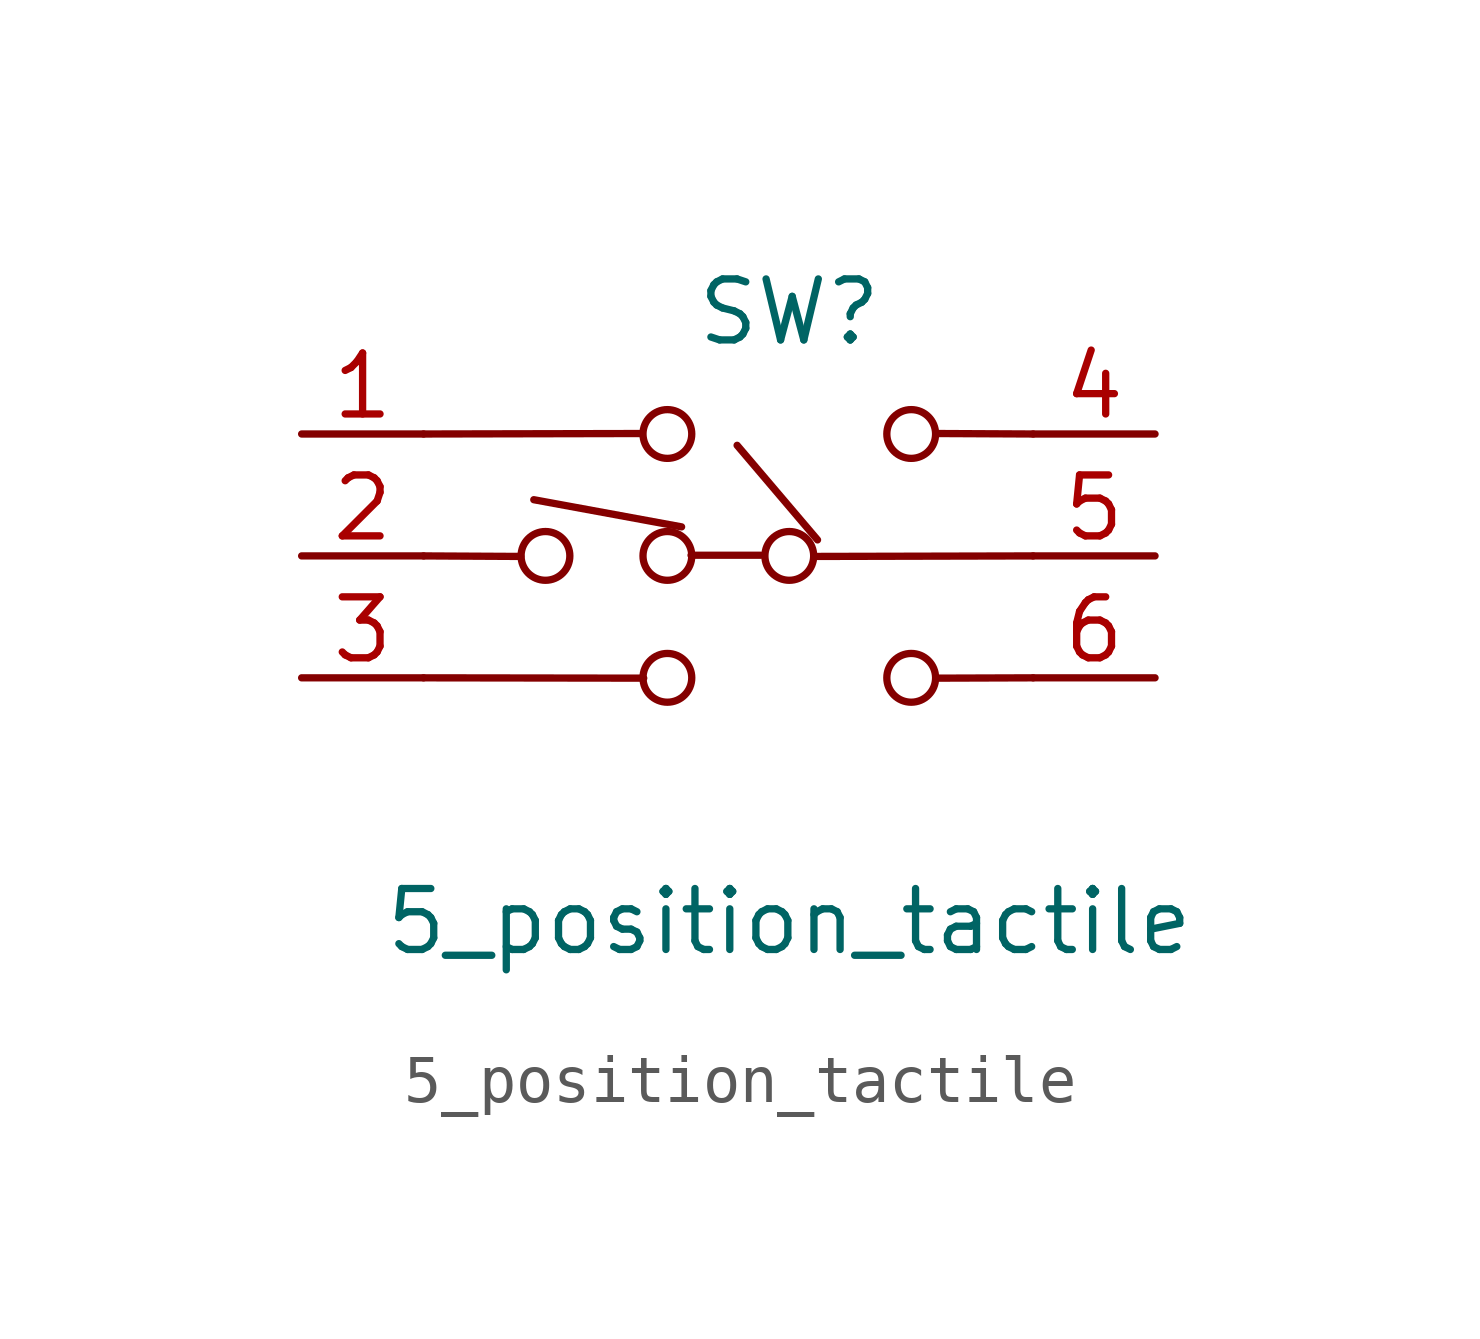
<source format=kicad_sym>
(kicad_symbol_lib
  (version 20231120)
  (generator "kicad_symbol_editor")
  (generator_version "8.0")
  (symbol "5_position_tactile"
    (pin_names
      (offset 0) hide)
    (property "Reference" "SW"
      (at 0 5.08 0)
      (effects (font (size 1.27 1.27))))
    (property "Value" "5_position_tactile"
      (at 0 -7.62 0)
      (effects (font (size 1.27 1.27))))
    (symbol "5_position_tactile_0_0"
      (circle (center -5.08 0) (radius 0.508) (stroke (width 0) (type default)) (fill (type none)))
      (circle (center -2.54 -2.54) (radius 0.508) (stroke (width 0) (type default)) (fill (type none)))
      (circle (center -2.54 0) (radius 0.508) (stroke (width 0) (type default)) (fill (type none)))
      (circle (center -2.54 2.54) (radius 0.508) (stroke (width 0) (type default)) (fill (type none)))
      (circle (center 0 0) (radius 0.508) (stroke (width 0) (type default)) (fill (type none)))
      (circle (center 2.54 -2.54) (radius 0.508) (stroke (width 0) (type default)) (fill (type none)))
      (circle (center 2.54 2.54) (radius 0.508) (stroke (width 0) (type default)) (fill (type none))))
    (symbol "5_position_tactile_0_1"
      (polyline (pts (xy -7.62 -2.54) (xy -3.033 -2.547)) (stroke (width 0) (type default)) (fill (type none)))
      (polyline (pts (xy -7.62 0) (xy -5.594 -0.011)) (stroke (width 0) (type default)) (fill (type none)))
      (polyline (pts (xy -7.62 2.54) (xy -3.106 2.55)) (stroke (width 0) (type default)) (fill (type none)))
      (polyline (pts (xy -2.244 0.605) (xy -5.323 1.171)) (stroke (width 0) (type default)) (fill (type none)))
      (polyline (pts (xy -0.595 0.014) (xy -2.047 0.014)) (stroke (width 0) (type default)) (fill (type none)))
      (polyline (pts (xy 0.588 0.334) (xy -1.087 2.304)) (stroke (width 0) (type default)) (fill (type none)))
      (polyline (pts (xy 5.08 -2.54) (xy 3.05 -2.547)) (stroke (width 0) (type default)) (fill (type none)))
      (polyline (pts (xy 5.08 0) (xy 0.538 -0.011)) (stroke (width 0) (type default)) (fill (type none)))
      (polyline (pts (xy 5.08 2.54) (xy 3.099 2.55)) (stroke (width 0) (type default)) (fill (type none))))
    (symbol "5_position_tactile_1_1"
      (pin passive line (at -10.16 2.54 0) (length 2.54) (name "A" (effects (font (size 1.27 1.27)))) (number "1" (effects (font (size 1.27 1.27)))))
      (pin passive line (at -10.16 0 0) (length 2.54) (name "B" (effects (font (size 1.27 1.27)))) (number "2" (effects (font (size 1.27 1.27)))))
      (pin passive line (at -10.16 -2.54 0) (length 2.54) (name "C" (effects (font (size 1.27 1.27)))) (number "3" (effects (font (size 1.27 1.27)))))
      (pin passive line (at 7.62 2.54 180) (length 2.54) (name "D" (effects (font (size 1.27 1.27)))) (number "4" (effects (font (size 1.27 1.27)))))
      (pin passive line (at 7.62 0 180) (length 2.54) (name "E" (effects (font (size 1.27 1.27)))) (number "5" (effects (font (size 1.27 1.27)))))
      (pin passive line (at 7.62 -2.54 180) (length 2.54) (name "F" (effects (font (size 1.27 1.27)))) (number "6" (effects (font (size 1.27 1.27))))))))
</source>
